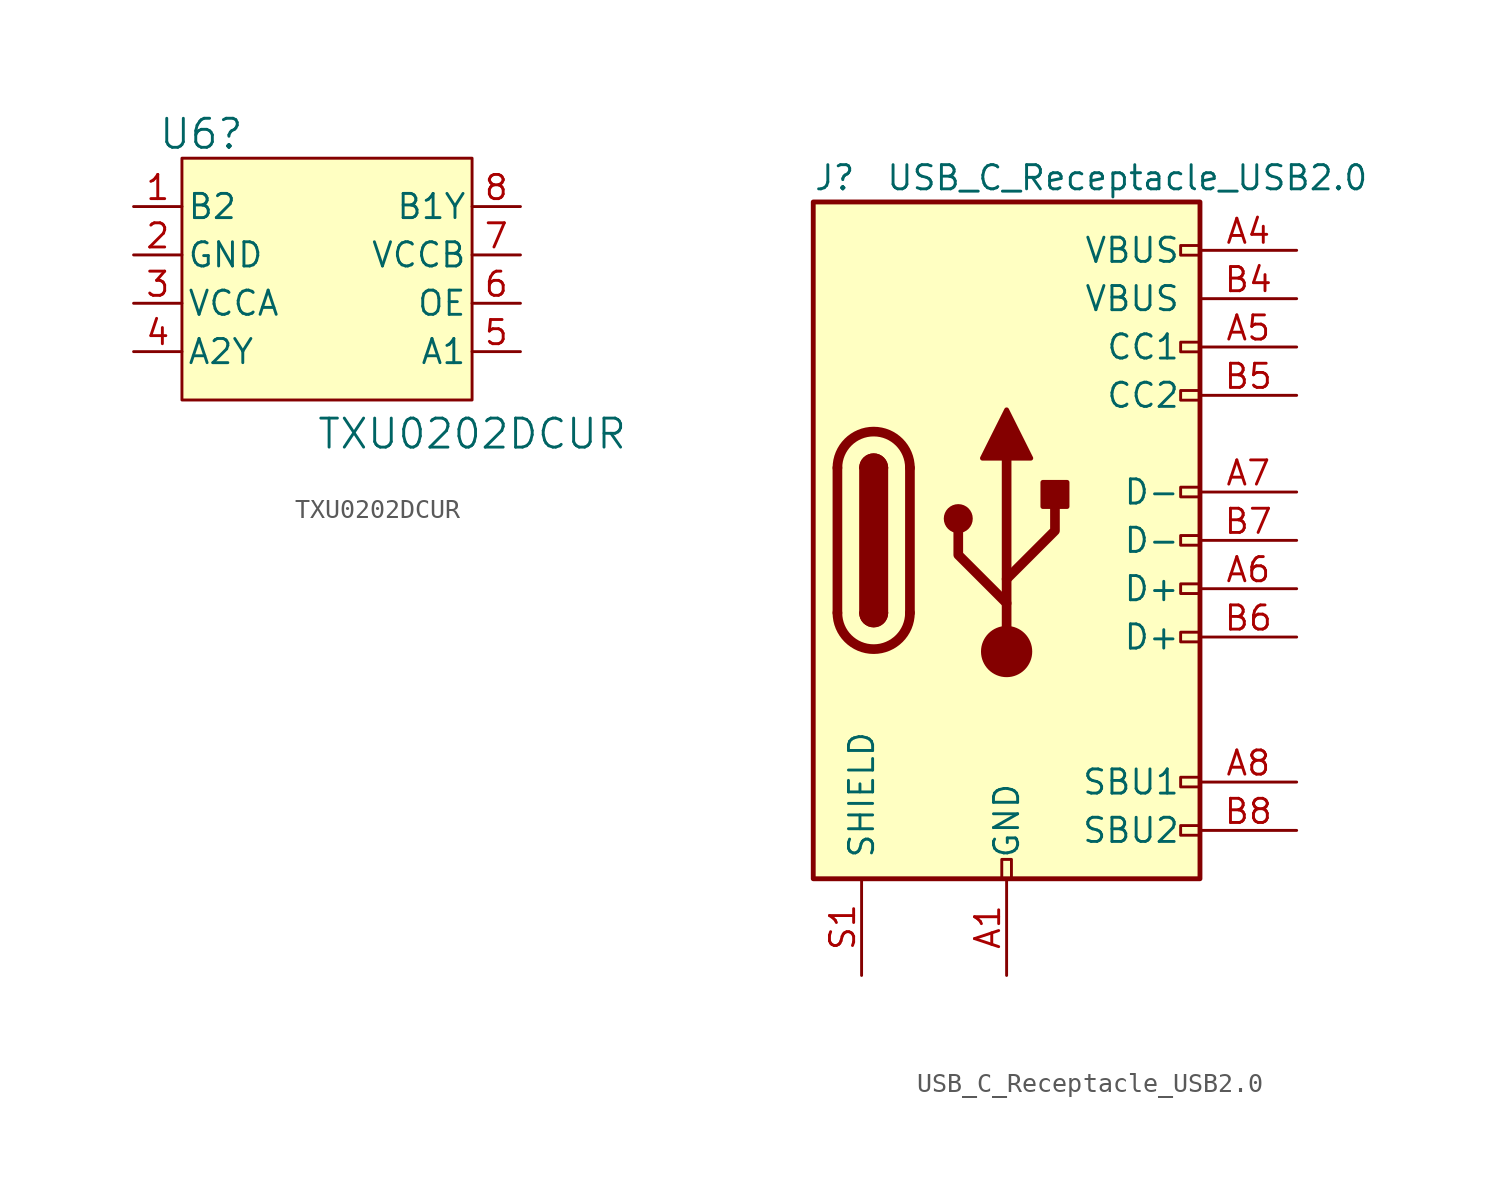
<source format=kicad_sym>
(kicad_symbol_lib
  (version 20231120)
  (generator "kicad_symbol_editor")
  (generator_version "8.0")
  (symbol "TXU0202DCUR"
    (pin_names
      (offset 0.254))
    (property "Reference" "U6"
      (at -6.604 7.62 0)
      (effects (font (size 1.524 1.524))))
    (property "Value" "TXU0202DCUR"
      (at 7.62 -8.128 0)
      (effects (font (size 1.524 1.524))))
    (symbol "TXU0202DCUR_0_1"
      (pin power_out line (at -10.16 1.27 0) (length 2.54) (name "GND" (effects (font (size 1.27 1.27)))) (number "2" (effects (font (size 1.27 1.27)))))
      (pin power_in line (at -10.16 -1.27 0) (length 2.54) (name "VCCA" (effects (font (size 1.27 1.27)))) (number "3" (effects (font (size 1.27 1.27)))))
      (pin output line (at -10.16 -3.81 0) (length 2.54) (name "A2Y" (effects (font (size 1.27 1.27)))) (number "4" (effects (font (size 1.27 1.27)))))
      (pin input line (at 10.16 -3.81 180) (length 2.54) (name "A1" (effects (font (size 1.27 1.27)))) (number "5" (effects (font (size 1.27 1.27)))))
      (pin input line (at 10.16 -1.27 180) (length 2.54) (name "OE" (effects (font (size 1.27 1.27)))) (number "6" (effects (font (size 1.27 1.27)))))
      (pin power_in line (at 10.16 1.27 180) (length 2.54) (name "VCCB" (effects (font (size 1.27 1.27)))) (number "7" (effects (font (size 1.27 1.27)))))
      (pin output line (at 10.16 3.81 180) (length 2.54) (name "B1Y" (effects (font (size 1.27 1.27)))) (number "8" (effects (font (size 1.27 1.27))))))
    (symbol "TXU0202DCUR_1_1"
      (rectangle (start -7.62 6.35) (end 7.62 -6.35) (stroke (width 0) (type default)) (fill (type background)))
      (pin input line (at -10.16 3.81 0) (length 2.54) (name "B2" (effects (font (size 1.27 1.27)))) (number "1" (effects (font (size 1.27 1.27)))))))
  (symbol "USB_C_Receptacle_USB2.0"
    (pin_names
      (offset 1.016))
    (property "Reference" "J"
      (at -10.16 19.05 0)
      (effects (font (size 1.27 1.27)) (justify left)))
    (property "Value" "USB_C_Receptacle_USB2.0"
      (at 19.05 19.05 0)
      (effects (font (size 1.27 1.27)) (justify right)))
    (symbol "USB_C_Receptacle_USB2.0_0_0"
      (rectangle (start -0.254 -17.78) (end 0.254 -16.764) (stroke (width 0) (type default)) (fill (type none)))
      (rectangle (start 10.16 -14.986) (end 9.144 -15.494) (stroke (width 0) (type default)) (fill (type none)))
      (rectangle (start 10.16 -12.446) (end 9.144 -12.954) (stroke (width 0) (type default)) (fill (type none)))
      (rectangle (start 10.16 -4.826) (end 9.144 -5.334) (stroke (width 0) (type default)) (fill (type none)))
      (rectangle (start 10.16 -2.286) (end 9.144 -2.794) (stroke (width 0) (type default)) (fill (type none)))
      (rectangle (start 10.16 0.254) (end 9.144 -0.254) (stroke (width 0) (type default)) (fill (type none)))
      (rectangle (start 10.16 2.794) (end 9.144 2.286) (stroke (width 0) (type default)) (fill (type none)))
      (rectangle (start 10.16 7.874) (end 9.144 7.366) (stroke (width 0) (type default)) (fill (type none)))
      (rectangle (start 10.16 10.414) (end 9.144 9.906) (stroke (width 0) (type default)) (fill (type none)))
      (rectangle (start 10.16 15.494) (end 9.144 14.986) (stroke (width 0) (type default)) (fill (type none))))
    (symbol "USB_C_Receptacle_USB2.0_0_1"
      (rectangle (start -10.16 17.78) (end 10.16 -17.78) (stroke (width 0.254) (type default)) (fill (type background)))
      (arc (start -8.89 -3.81) (mid -6.985 -5.7067) (end -5.08 -3.81) (stroke (width 0.508) (type default)) (fill (type none)))
      (arc (start -7.62 -3.81) (mid -6.985 -4.4423) (end -6.35 -3.81) (stroke (width 0.254) (type default)) (fill (type none)))
      (arc (start -7.62 -3.81) (mid -6.985 -4.4423) (end -6.35 -3.81) (stroke (width 0.254) (type default)) (fill (type outline)))
      (rectangle (start -7.62 -3.81) (end -6.35 3.81) (stroke (width 0.254) (type default)) (fill (type outline)))
      (arc (start -6.35 3.81) (mid -6.985 4.4423) (end -7.62 3.81) (stroke (width 0.254) (type default)) (fill (type none)))
      (arc (start -6.35 3.81) (mid -6.985 4.4423) (end -7.62 3.81) (stroke (width 0.254) (type default)) (fill (type outline)))
      (arc (start -5.08 3.81) (mid -6.985 5.7067) (end -8.89 3.81) (stroke (width 0.508) (type default)) (fill (type none)))
      (circle (center -2.54 1.143) (radius 0.635) (stroke (width 0.254) (type default)) (fill (type outline)))
      (circle (center 0 -5.842) (radius 1.27) (stroke (width 0) (type default)) (fill (type outline)))
      (polyline (pts (xy -8.89 -3.81) (xy -8.89 3.81)) (stroke (width 0.508) (type default)) (fill (type none)))
      (polyline (pts (xy -5.08 3.81) (xy -5.08 -3.81)) (stroke (width 0.508) (type default)) (fill (type none)))
      (polyline (pts (xy 0 -5.842) (xy 0 4.318)) (stroke (width 0.508) (type default)) (fill (type none)))
      (polyline (pts (xy 0 -3.302) (xy -2.54 -0.762) (xy -2.54 0.508)) (stroke (width 0.508) (type default)) (fill (type none)))
      (polyline (pts (xy 0 -2.032) (xy 2.54 0.508) (xy 2.54 1.778)) (stroke (width 0.508) (type default)) (fill (type none)))
      (polyline (pts (xy -1.27 4.318) (xy 0 6.858) (xy 1.27 4.318) (xy -1.27 4.318)) (stroke (width 0.254) (type default)) (fill (type outline)))
      (rectangle (start 1.905 1.778) (end 3.175 3.048) (stroke (width 0.254) (type default)) (fill (type outline))))
    (symbol "USB_C_Receptacle_USB2.0_1_1"
      (pin passive line (at 0 -22.86 90) (length 5.08) (name "GND" (effects (font (size 1.27 1.27)))) (number "A1" (effects (font (size 1.27 1.27)))))
      (pin power_out line (at 15.24 15.24 180) (length 5.08) (name "VBUS" (effects (font (size 1.27 1.27)))) (number "A4" (effects (font (size 1.27 1.27)))))
      (pin bidirectional line (at 15.24 10.16 180) (length 5.08) (name "CC1" (effects (font (size 1.27 1.27)))) (number "A5" (effects (font (size 1.27 1.27)))))
      (pin bidirectional line (at 15.24 -2.54 180) (length 5.08) (name "D+" (effects (font (size 1.27 1.27)))) (number "A6" (effects (font (size 1.27 1.27)))))
      (pin bidirectional line (at 15.24 2.54 180) (length 5.08) (name "D-" (effects (font (size 1.27 1.27)))) (number "A7" (effects (font (size 1.27 1.27)))))
      (pin bidirectional line (at 15.24 -12.7 180) (length 5.08) (name "SBU1" (effects (font (size 1.27 1.27)))) (number "A8" (effects (font (size 1.27 1.27)))))
      (pin passive line (at 0 -22.86 90) (length 5.08) hide (name "GND" (effects (font (size 1.27 1.27)))) (number "B1" (effects (font (size 1.27 1.27)))))
      (pin passive line (at 15.24 12.7 180) (length 5.08) (name "VBUS" (effects (font (size 1.27 1.27)))) (number "B4" (effects (font (size 1.27 1.27)))))
      (pin bidirectional line (at 15.24 7.62 180) (length 5.08) (name "CC2" (effects (font (size 1.27 1.27)))) (number "B5" (effects (font (size 1.27 1.27)))))
      (pin bidirectional line (at 15.24 -5.08 180) (length 5.08) (name "D+" (effects (font (size 1.27 1.27)))) (number "B6" (effects (font (size 1.27 1.27)))))
      (pin bidirectional line (at 15.24 0 180) (length 5.08) (name "D-" (effects (font (size 1.27 1.27)))) (number "B7" (effects (font (size 1.27 1.27)))))
      (pin bidirectional line (at 15.24 -15.24 180) (length 5.08) (name "SBU2" (effects (font (size 1.27 1.27)))) (number "B8" (effects (font (size 1.27 1.27)))))
      (pin passive line (at -7.62 -22.86 90) (length 5.08) (name "SHIELD" (effects (font (size 1.27 1.27)))) (number "S1" (effects (font (size 1.27 1.27))))))))
</source>
